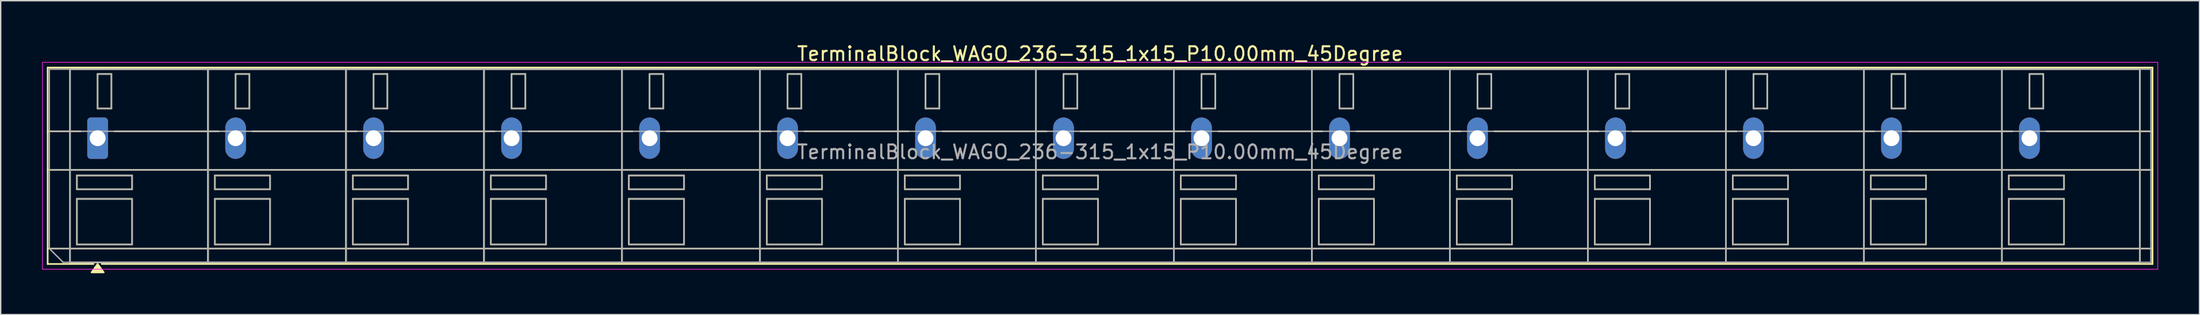
<source format=kicad_pcb>
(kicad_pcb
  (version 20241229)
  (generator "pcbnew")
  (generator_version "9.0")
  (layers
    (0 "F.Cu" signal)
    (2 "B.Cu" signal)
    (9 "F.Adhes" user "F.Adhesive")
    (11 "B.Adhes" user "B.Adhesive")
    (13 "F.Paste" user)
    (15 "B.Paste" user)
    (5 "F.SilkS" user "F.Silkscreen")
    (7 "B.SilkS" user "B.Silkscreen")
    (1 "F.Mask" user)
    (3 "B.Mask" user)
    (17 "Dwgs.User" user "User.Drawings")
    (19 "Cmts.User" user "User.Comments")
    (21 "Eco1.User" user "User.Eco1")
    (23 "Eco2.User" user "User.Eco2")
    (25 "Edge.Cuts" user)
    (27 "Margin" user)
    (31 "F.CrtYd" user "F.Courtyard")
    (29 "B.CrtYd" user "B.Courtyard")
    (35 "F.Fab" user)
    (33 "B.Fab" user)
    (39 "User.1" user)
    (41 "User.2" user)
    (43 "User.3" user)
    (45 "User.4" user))
  (footprint "TerminalBlock_WAGO_236-315_1x15_P10.00mm_45Degree"
    (layer "F.Cu")
    (at 4.025 6.968)
    (property "Reference" "TerminalBlock_WAGO_236-315_1x15_P10.00mm_45Degree" (at 72.65 -6.12 0) (layer "F.SilkS") (effects (font (size 1 1) (thickness 0.15))))
    (attr through_hole)
    (fp_line (start -3.62 -5.12) (end -3.62 9.12) (stroke (width 0.12) (type solid)) (layer "F.SilkS"))
    (fp_line (start -3.62 -5.12) (end 148.92 -5.12) (stroke (width 0.12) (type solid)) (layer "F.SilkS"))
    (fp_line (start -3.62 -0.5) (end -1.23 -0.5) (stroke (width 0.12) (type solid)) (layer "F.SilkS"))
    (fp_line (start -3.62 2.3) (end 148.92 2.3) (stroke (width 0.12) (type solid)) (layer "F.SilkS"))
    (fp_line (start -3.62 8) (end 148.92 8) (stroke (width 0.12) (type solid)) (layer "F.SilkS"))
    (fp_line (start -3.62 9.12) (end -0.3 9.12) (stroke (width 0.12) (type solid)) (layer "F.SilkS"))
    (fp_line (start -2 -5) (end -2 9) (stroke (width 0.12) (type solid)) (layer "F.SilkS"))
    (fp_line (start -2 -5) (end 8 -5) (stroke (width 0.12) (type solid)) (layer "F.SilkS"))
    (fp_line (start -2 9) (end 8 9) (stroke (width 0.12) (type solid)) (layer "F.SilkS"))
    (fp_line (start -1.5 2.7) (end -1.5 3.7) (stroke (width 0.12) (type solid)) (layer "F.SilkS"))
    (fp_line (start -1.5 2.7) (end 2.5 2.7) (stroke (width 0.12) (type solid)) (layer "F.SilkS"))
    (fp_line (start -1.5 3.7) (end 2.5 3.7) (stroke (width 0.12) (type solid)) (layer "F.SilkS"))
    (fp_line (start -1.5 4.4) (end -1.5 7.7) (stroke (width 0.12) (type solid)) (layer "F.SilkS"))
    (fp_line (start -1.5 4.4) (end 2.5 4.4) (stroke (width 0.12) (type solid)) (layer "F.SilkS"))
    (fp_line (start -1.5 7.7) (end 2.5 7.7) (stroke (width 0.12) (type solid)) (layer "F.SilkS"))
    (fp_line (start 0 -4.65) (end 0 -2.15) (stroke (width 0.12) (type solid)) (layer "F.SilkS"))
    (fp_line (start 0 -4.65) (end 1 -4.65) (stroke (width 0.12) (type solid)) (layer "F.SilkS"))
    (fp_line (start 0 -2.15) (end 1 -2.15) (stroke (width 0.12) (type solid)) (layer "F.SilkS"))
    (fp_line (start 0.3 9.12) (end 148.92 9.12) (stroke (width 0.12) (type solid)) (layer "F.SilkS"))
    (fp_line (start 1 -4.65) (end 1 -2.15) (stroke (width 0.12) (type solid)) (layer "F.SilkS"))
    (fp_line (start 1.23 -0.5) (end 8.77 -0.5) (stroke (width 0.12) (type solid)) (layer "F.SilkS"))
    (fp_line (start 2.5 2.7) (end 2.5 3.7) (stroke (width 0.12) (type solid)) (layer "F.SilkS"))
    (fp_line (start 2.5 4.4) (end 2.5 7.7) (stroke (width 0.12) (type solid)) (layer "F.SilkS"))
    (fp_line (start 8 -5) (end 8 9) (stroke (width 0.12) (type solid)) (layer "F.SilkS"))
    (fp_line (start 8 -5) (end 8 9) (stroke (width 0.12) (type solid)) (layer "F.SilkS"))
    (fp_line (start 8 -5) (end 18 -5) (stroke (width 0.12) (type solid)) (layer "F.SilkS"))
    (fp_line (start 8 9) (end 18 9) (stroke (width 0.12) (type solid)) (layer "F.SilkS"))
    (fp_line (start 8.5 2.7) (end 8.5 3.7) (stroke (width 0.12) (type solid)) (layer "F.SilkS"))
    (fp_line (start 8.5 2.7) (end 12.5 2.7) (stroke (width 0.12) (type solid)) (layer "F.SilkS"))
    (fp_line (start 8.5 3.7) (end 12.5 3.7) (stroke (width 0.12) (type solid)) (layer "F.SilkS"))
    (fp_line (start 8.5 4.4) (end 8.5 7.7) (stroke (width 0.12) (type solid)) (layer "F.SilkS"))
    (fp_line (start 8.5 4.4) (end 12.5 4.4) (stroke (width 0.12) (type solid)) (layer "F.SilkS"))
    (fp_line (start 8.5 7.7) (end 12.5 7.7) (stroke (width 0.12) (type solid)) (layer "F.SilkS"))
    (fp_line (start 10 -4.65) (end 10 -2.15) (stroke (width 0.12) (type solid)) (layer "F.SilkS"))
    (fp_line (start 10 -4.65) (end 11 -4.65) (stroke (width 0.12) (type solid)) (layer "F.SilkS"))
    (fp_line (start 10 -2.15) (end 11 -2.15) (stroke (width 0.12) (type solid)) (layer "F.SilkS"))
    (fp_line (start 11 -4.65) (end 11 -2.15) (stroke (width 0.12) (type solid)) (layer "F.SilkS"))
    (fp_line (start 11.23 -0.5) (end 18.77 -0.5) (stroke (width 0.12) (type solid)) (layer "F.SilkS"))
    (fp_line (start 12.5 2.7) (end 12.5 3.7) (stroke (width 0.12) (type solid)) (layer "F.SilkS"))
    (fp_line (start 12.5 4.4) (end 12.5 7.7) (stroke (width 0.12) (type solid)) (layer "F.SilkS"))
    (fp_line (start 18 -5) (end 18 9) (stroke (width 0.12) (type solid)) (layer "F.SilkS"))
    (fp_line (start 18 -5) (end 18 9) (stroke (width 0.12) (type solid)) (layer "F.SilkS"))
    (fp_line (start 18 -5) (end 28 -5) (stroke (width 0.12) (type solid)) (layer "F.SilkS"))
    (fp_line (start 18 9) (end 28 9) (stroke (width 0.12) (type solid)) (layer "F.SilkS"))
    (fp_line (start 18.5 2.7) (end 18.5 3.7) (stroke (width 0.12) (type solid)) (layer "F.SilkS"))
    (fp_line (start 18.5 2.7) (end 22.5 2.7) (stroke (width 0.12) (type solid)) (layer "F.SilkS"))
    (fp_line (start 18.5 3.7) (end 22.5 3.7) (stroke (width 0.12) (type solid)) (layer "F.SilkS"))
    (fp_line (start 18.5 4.4) (end 18.5 7.7) (stroke (width 0.12) (type solid)) (layer "F.SilkS"))
    (fp_line (start 18.5 4.4) (end 22.5 4.4) (stroke (width 0.12) (type solid)) (layer "F.SilkS"))
    (fp_line (start 18.5 7.7) (end 22.5 7.7) (stroke (width 0.12) (type solid)) (layer "F.SilkS"))
    (fp_line (start 20 -4.65) (end 20 -2.15) (stroke (width 0.12) (type solid)) (layer "F.SilkS"))
    (fp_line (start 20 -4.65) (end 21 -4.65) (stroke (width 0.12) (type solid)) (layer "F.SilkS"))
    (fp_line (start 20 -2.15) (end 21 -2.15) (stroke (width 0.12) (type solid)) (layer "F.SilkS"))
    (fp_line (start 21 -4.65) (end 21 -2.15) (stroke (width 0.12) (type solid)) (layer "F.SilkS"))
    (fp_line (start 21.23 -0.5) (end 28.77 -0.5) (stroke (width 0.12) (type solid)) (layer "F.SilkS"))
    (fp_line (start 22.5 2.7) (end 22.5 3.7) (stroke (width 0.12) (type solid)) (layer "F.SilkS"))
    (fp_line (start 22.5 4.4) (end 22.5 7.7) (stroke (width 0.12) (type solid)) (layer "F.SilkS"))
    (fp_line (start 28 -5) (end 28 9) (stroke (width 0.12) (type solid)) (layer "F.SilkS"))
    (fp_line (start 28 -5) (end 28 9) (stroke (width 0.12) (type solid)) (layer "F.SilkS"))
    (fp_line (start 28 -5) (end 38 -5) (stroke (width 0.12) (type solid)) (layer "F.SilkS"))
    (fp_line (start 28 9) (end 38 9) (stroke (width 0.12) (type solid)) (layer "F.SilkS"))
    (fp_line (start 28.5 2.7) (end 28.5 3.7) (stroke (width 0.12) (type solid)) (layer "F.SilkS"))
    (fp_line (start 28.5 2.7) (end 32.5 2.7) (stroke (width 0.12) (type solid)) (layer "F.SilkS"))
    (fp_line (start 28.5 3.7) (end 32.5 3.7) (stroke (width 0.12) (type solid)) (layer "F.SilkS"))
    (fp_line (start 28.5 4.4) (end 28.5 7.7) (stroke (width 0.12) (type solid)) (layer "F.SilkS"))
    (fp_line (start 28.5 4.4) (end 32.5 4.4) (stroke (width 0.12) (type solid)) (layer "F.SilkS"))
    (fp_line (start 28.5 7.7) (end 32.5 7.7) (stroke (width 0.12) (type solid)) (layer "F.SilkS"))
    (fp_line (start 30 -4.65) (end 30 -2.15) (stroke (width 0.12) (type solid)) (layer "F.SilkS"))
    (fp_line (start 30 -4.65) (end 31 -4.65) (stroke (width 0.12) (type solid)) (layer "F.SilkS"))
    (fp_line (start 30 -2.15) (end 31 -2.15) (stroke (width 0.12) (type solid)) (layer "F.SilkS"))
    (fp_line (start 31 -4.65) (end 31 -2.15) (stroke (width 0.12) (type solid)) (layer "F.SilkS"))
    (fp_line (start 31.23 -0.5) (end 38.77 -0.5) (stroke (width 0.12) (type solid)) (layer "F.SilkS"))
    (fp_line (start 32.5 2.7) (end 32.5 3.7) (stroke (width 0.12) (type solid)) (layer "F.SilkS"))
    (fp_line (start 32.5 4.4) (end 32.5 7.7) (stroke (width 0.12) (type solid)) (layer "F.SilkS"))
    (fp_line (start 38 -5) (end 38 9) (stroke (width 0.12) (type solid)) (layer "F.SilkS"))
    (fp_line (start 38 -5) (end 38 9) (stroke (width 0.12) (type solid)) (layer "F.SilkS"))
    (fp_line (start 38 -5) (end 48 -5) (stroke (width 0.12) (type solid)) (layer "F.SilkS"))
    (fp_line (start 38 9) (end 48 9) (stroke (width 0.12) (type solid)) (layer "F.SilkS"))
    (fp_line (start 38.5 2.7) (end 38.5 3.7) (stroke (width 0.12) (type solid)) (layer "F.SilkS"))
    (fp_line (start 38.5 2.7) (end 42.5 2.7) (stroke (width 0.12) (type solid)) (layer "F.SilkS"))
    (fp_line (start 38.5 3.7) (end 42.5 3.7) (stroke (width 0.12) (type solid)) (layer "F.SilkS"))
    (fp_line (start 38.5 4.4) (end 38.5 7.7) (stroke (width 0.12) (type solid)) (layer "F.SilkS"))
    (fp_line (start 38.5 4.4) (end 42.5 4.4) (stroke (width 0.12) (type solid)) (layer "F.SilkS"))
    (fp_line (start 38.5 7.7) (end 42.5 7.7) (stroke (width 0.12) (type solid)) (layer "F.SilkS"))
    (fp_line (start 40 -4.65) (end 40 -2.15) (stroke (width 0.12) (type solid)) (layer "F.SilkS"))
    (fp_line (start 40 -4.65) (end 41 -4.65) (stroke (width 0.12) (type solid)) (layer "F.SilkS"))
    (fp_line (start 40 -2.15) (end 41 -2.15) (stroke (width 0.12) (type solid)) (layer "F.SilkS"))
    (fp_line (start 41 -4.65) (end 41 -2.15) (stroke (width 0.12) (type solid)) (layer "F.SilkS"))
    (fp_line (start 41.23 -0.5) (end 48.77 -0.5) (stroke (width 0.12) (type solid)) (layer "F.SilkS"))
    (fp_line (start 42.5 2.7) (end 42.5 3.7) (stroke (width 0.12) (type solid)) (layer "F.SilkS"))
    (fp_line (start 42.5 4.4) (end 42.5 7.7) (stroke (width 0.12) (type solid)) (layer "F.SilkS"))
    (fp_line (start 48 -5) (end 48 9) (stroke (width 0.12) (type solid)) (layer "F.SilkS"))
    (fp_line (start 48 -5) (end 48 9) (stroke (width 0.12) (type solid)) (layer "F.SilkS"))
    (fp_line (start 48 -5) (end 58 -5) (stroke (width 0.12) (type solid)) (layer "F.SilkS"))
    (fp_line (start 48 9) (end 58 9) (stroke (width 0.12) (type solid)) (layer "F.SilkS"))
    (fp_line (start 48.5 2.7) (end 48.5 3.7) (stroke (width 0.12) (type solid)) (layer "F.SilkS"))
    (fp_line (start 48.5 2.7) (end 52.5 2.7) (stroke (width 0.12) (type solid)) (layer "F.SilkS"))
    (fp_line (start 48.5 3.7) (end 52.5 3.7) (stroke (width 0.12) (type solid)) (layer "F.SilkS"))
    (fp_line (start 48.5 4.4) (end 48.5 7.7) (stroke (width 0.12) (type solid)) (layer "F.SilkS"))
    (fp_line (start 48.5 4.4) (end 52.5 4.4) (stroke (width 0.12) (type solid)) (layer "F.SilkS"))
    (fp_line (start 48.5 7.7) (end 52.5 7.7) (stroke (width 0.12) (type solid)) (layer "F.SilkS"))
    (fp_line (start 50 -4.65) (end 50 -2.15) (stroke (width 0.12) (type solid)) (layer "F.SilkS"))
    (fp_line (start 50 -4.65) (end 51 -4.65) (stroke (width 0.12) (type solid)) (layer "F.SilkS"))
    (fp_line (start 50 -2.15) (end 51 -2.15) (stroke (width 0.12) (type solid)) (layer "F.SilkS"))
    (fp_line (start 51 -4.65) (end 51 -2.15) (stroke (width 0.12) (type solid)) (layer "F.SilkS"))
    (fp_line (start 51.23 -0.5) (end 58.77 -0.5) (stroke (width 0.12) (type solid)) (layer "F.SilkS"))
    (fp_line (start 52.5 2.7) (end 52.5 3.7) (stroke (width 0.12) (type solid)) (layer "F.SilkS"))
    (fp_line (start 52.5 4.4) (end 52.5 7.7) (stroke (width 0.12) (type solid)) (layer "F.SilkS"))
    (fp_line (start 58 -5) (end 58 9) (stroke (width 0.12) (type solid)) (layer "F.SilkS"))
    (fp_line (start 58 -5) (end 58 9) (stroke (width 0.12) (type solid)) (layer "F.SilkS"))
    (fp_line (start 58 -5) (end 68 -5) (stroke (width 0.12) (type solid)) (layer "F.SilkS"))
    (fp_line (start 58 9) (end 68 9) (stroke (width 0.12) (type solid)) (layer "F.SilkS"))
    (fp_line (start 58.5 2.7) (end 58.5 3.7) (stroke (width 0.12) (type solid)) (layer "F.SilkS"))
    (fp_line (start 58.5 2.7) (end 62.5 2.7) (stroke (width 0.12) (type solid)) (layer "F.SilkS"))
    (fp_line (start 58.5 3.7) (end 62.5 3.7) (stroke (width 0.12) (type solid)) (layer "F.SilkS"))
    (fp_line (start 58.5 4.4) (end 58.5 7.7) (stroke (width 0.12) (type solid)) (layer "F.SilkS"))
    (fp_line (start 58.5 4.4) (end 62.5 4.4) (stroke (width 0.12) (type solid)) (layer "F.SilkS"))
    (fp_line (start 58.5 7.7) (end 62.5 7.7) (stroke (width 0.12) (type solid)) (layer "F.SilkS"))
    (fp_line (start 60 -4.65) (end 60 -2.15) (stroke (width 0.12) (type solid)) (layer "F.SilkS"))
    (fp_line (start 60 -4.65) (end 61 -4.65) (stroke (width 0.12) (type solid)) (layer "F.SilkS"))
    (fp_line (start 60 -2.15) (end 61 -2.15) (stroke (width 0.12) (type solid)) (layer "F.SilkS"))
    (fp_line (start 61 -4.65) (end 61 -2.15) (stroke (width 0.12) (type solid)) (layer "F.SilkS"))
    (fp_line (start 61.23 -0.5) (end 68.77 -0.5) (stroke (width 0.12) (type solid)) (layer "F.SilkS"))
    (fp_line (start 62.5 2.7) (end 62.5 3.7) (stroke (width 0.12) (type solid)) (layer "F.SilkS"))
    (fp_line (start 62.5 4.4) (end 62.5 7.7) (stroke (width 0.12) (type solid)) (layer "F.SilkS"))
    (fp_line (start 68 -5) (end 68 9) (stroke (width 0.12) (type solid)) (layer "F.SilkS"))
    (fp_line (start 68 -5) (end 68 9) (stroke (width 0.12) (type solid)) (layer "F.SilkS"))
    (fp_line (start 68 -5) (end 78 -5) (stroke (width 0.12) (type solid)) (layer "F.SilkS"))
    (fp_line (start 68 9) (end 78 9) (stroke (width 0.12) (type solid)) (layer "F.SilkS"))
    (fp_line (start 68.5 2.7) (end 68.5 3.7) (stroke (width 0.12) (type solid)) (layer "F.SilkS"))
    (fp_line (start 68.5 2.7) (end 72.5 2.7) (stroke (width 0.12) (type solid)) (layer "F.SilkS"))
    (fp_line (start 68.5 3.7) (end 72.5 3.7) (stroke (width 0.12) (type solid)) (layer "F.SilkS"))
    (fp_line (start 68.5 4.4) (end 68.5 7.7) (stroke (width 0.12) (type solid)) (layer "F.SilkS"))
    (fp_line (start 68.5 4.4) (end 72.5 4.4) (stroke (width 0.12) (type solid)) (layer "F.SilkS"))
    (fp_line (start 68.5 7.7) (end 72.5 7.7) (stroke (width 0.12) (type solid)) (layer "F.SilkS"))
    (fp_line (start 70 -4.65) (end 70 -2.15) (stroke (width 0.12) (type solid)) (layer "F.SilkS"))
    (fp_line (start 70 -4.65) (end 71 -4.65) (stroke (width 0.12) (type solid)) (layer "F.SilkS"))
    (fp_line (start 70 -2.15) (end 71 -2.15) (stroke (width 0.12) (type solid)) (layer "F.SilkS"))
    (fp_line (start 71 -4.65) (end 71 -2.15) (stroke (width 0.12) (type solid)) (layer "F.SilkS"))
    (fp_line (start 71.23 -0.5) (end 78.77 -0.5) (stroke (width 0.12) (type solid)) (layer "F.SilkS"))
    (fp_line (start 72.5 2.7) (end 72.5 3.7) (stroke (width 0.12) (type solid)) (layer "F.SilkS"))
    (fp_line (start 72.5 4.4) (end 72.5 7.7) (stroke (width 0.12) (type solid)) (layer "F.SilkS"))
    (fp_line (start 78 -5) (end 78 9) (stroke (width 0.12) (type solid)) (layer "F.SilkS"))
    (fp_line (start 78 -5) (end 78 9) (stroke (width 0.12) (type solid)) (layer "F.SilkS"))
    (fp_line (start 78 -5) (end 88 -5) (stroke (width 0.12) (type solid)) (layer "F.SilkS"))
    (fp_line (start 78 9) (end 88 9) (stroke (width 0.12) (type solid)) (layer "F.SilkS"))
    (fp_line (start 78.5 2.7) (end 78.5 3.7) (stroke (width 0.12) (type solid)) (layer "F.SilkS"))
    (fp_line (start 78.5 2.7) (end 82.5 2.7) (stroke (width 0.12) (type solid)) (layer "F.SilkS"))
    (fp_line (start 78.5 3.7) (end 82.5 3.7) (stroke (width 0.12) (type solid)) (layer "F.SilkS"))
    (fp_line (start 78.5 4.4) (end 78.5 7.7) (stroke (width 0.12) (type solid)) (layer "F.SilkS"))
    (fp_line (start 78.5 4.4) (end 82.5 4.4) (stroke (width 0.12) (type solid)) (layer "F.SilkS"))
    (fp_line (start 78.5 7.7) (end 82.5 7.7) (stroke (width 0.12) (type solid)) (layer "F.SilkS"))
    (fp_line (start 80 -4.65) (end 80 -2.15) (stroke (width 0.12) (type solid)) (layer "F.SilkS"))
    (fp_line (start 80 -4.65) (end 81 -4.65) (stroke (width 0.12) (type solid)) (layer "F.SilkS"))
    (fp_line (start 80 -2.15) (end 81 -2.15) (stroke (width 0.12) (type solid)) (layer "F.SilkS"))
    (fp_line (start 81 -4.65) (end 81 -2.15) (stroke (width 0.12) (type solid)) (layer "F.SilkS"))
    (fp_line (start 81.23 -0.5) (end 88.77 -0.5) (stroke (width 0.12) (type solid)) (layer "F.SilkS"))
    (fp_line (start 82.5 2.7) (end 82.5 3.7) (stroke (width 0.12) (type solid)) (layer "F.SilkS"))
    (fp_line (start 82.5 4.4) (end 82.5 7.7) (stroke (width 0.12) (type solid)) (layer "F.SilkS"))
    (fp_line (start 88 -5) (end 88 9) (stroke (width 0.12) (type solid)) (layer "F.SilkS"))
    (fp_line (start 88 -5) (end 88 9) (stroke (width 0.12) (type solid)) (layer "F.SilkS"))
    (fp_line (start 88 -5) (end 98 -5) (stroke (width 0.12) (type solid)) (layer "F.SilkS"))
    (fp_line (start 88 9) (end 98 9) (stroke (width 0.12) (type solid)) (layer "F.SilkS"))
    (fp_line (start 88.5 2.7) (end 88.5 3.7) (stroke (width 0.12) (type solid)) (layer "F.SilkS"))
    (fp_line (start 88.5 2.7) (end 92.5 2.7) (stroke (width 0.12) (type solid)) (layer "F.SilkS"))
    (fp_line (start 88.5 3.7) (end 92.5 3.7) (stroke (width 0.12) (type solid)) (layer "F.SilkS"))
    (fp_line (start 88.5 4.4) (end 88.5 7.7) (stroke (width 0.12) (type solid)) (layer "F.SilkS"))
    (fp_line (start 88.5 4.4) (end 92.5 4.4) (stroke (width 0.12) (type solid)) (layer "F.SilkS"))
    (fp_line (start 88.5 7.7) (end 92.5 7.7) (stroke (width 0.12) (type solid)) (layer "F.SilkS"))
    (fp_line (start 90 -4.65) (end 90 -2.15) (stroke (width 0.12) (type solid)) (layer "F.SilkS"))
    (fp_line (start 90 -4.65) (end 91 -4.65) (stroke (width 0.12) (type solid)) (layer "F.SilkS"))
    (fp_line (start 90 -2.15) (end 91 -2.15) (stroke (width 0.12) (type solid)) (layer "F.SilkS"))
    (fp_line (start 91 -4.65) (end 91 -2.15) (stroke (width 0.12) (type solid)) (layer "F.SilkS"))
    (fp_line (start 91.23 -0.5) (end 98.77 -0.5) (stroke (width 0.12) (type solid)) (layer "F.SilkS"))
    (fp_line (start 92.5 2.7) (end 92.5 3.7) (stroke (width 0.12) (type solid)) (layer "F.SilkS"))
    (fp_line (start 92.5 4.4) (end 92.5 7.7) (stroke (width 0.12) (type solid)) (layer "F.SilkS"))
    (fp_line (start 98 -5) (end 98 9) (stroke (width 0.12) (type solid)) (layer "F.SilkS"))
    (fp_line (start 98 -5) (end 98 9) (stroke (width 0.12) (type solid)) (layer "F.SilkS"))
    (fp_line (start 98 -5) (end 108 -5) (stroke (width 0.12) (type solid)) (layer "F.SilkS"))
    (fp_line (start 98 9) (end 108 9) (stroke (width 0.12) (type solid)) (layer "F.SilkS"))
    (fp_line (start 98.5 2.7) (end 98.5 3.7) (stroke (width 0.12) (type solid)) (layer "F.SilkS"))
    (fp_line (start 98.5 2.7) (end 102.5 2.7) (stroke (width 0.12) (type solid)) (layer "F.SilkS"))
    (fp_line (start 98.5 3.7) (end 102.5 3.7) (stroke (width 0.12) (type solid)) (layer "F.SilkS"))
    (fp_line (start 98.5 4.4) (end 98.5 7.7) (stroke (width 0.12) (type solid)) (layer "F.SilkS"))
    (fp_line (start 98.5 4.4) (end 102.5 4.4) (stroke (width 0.12) (type solid)) (layer "F.SilkS"))
    (fp_line (start 98.5 7.7) (end 102.5 7.7) (stroke (width 0.12) (type solid)) (layer "F.SilkS"))
    (fp_line (start 100 -4.65) (end 100 -2.15) (stroke (width 0.12) (type solid)) (layer "F.SilkS"))
    (fp_line (start 100 -4.65) (end 101 -4.65) (stroke (width 0.12) (type solid)) (layer "F.SilkS"))
    (fp_line (start 100 -2.15) (end 101 -2.15) (stroke (width 0.12) (type solid)) (layer "F.SilkS"))
    (fp_line (start 101 -4.65) (end 101 -2.15) (stroke (width 0.12) (type solid)) (layer "F.SilkS"))
    (fp_line (start 101.23 -0.5) (end 108.77 -0.5) (stroke (width 0.12) (type solid)) (layer "F.SilkS"))
    (fp_line (start 102.5 2.7) (end 102.5 3.7) (stroke (width 0.12) (type solid)) (layer "F.SilkS"))
    (fp_line (start 102.5 4.4) (end 102.5 7.7) (stroke (width 0.12) (type solid)) (layer "F.SilkS"))
    (fp_line (start 108 -5) (end 108 9) (stroke (width 0.12) (type solid)) (layer "F.SilkS"))
    (fp_line (start 108 -5) (end 108 9) (stroke (width 0.12) (type solid)) (layer "F.SilkS"))
    (fp_line (start 108 -5) (end 118 -5) (stroke (width 0.12) (type solid)) (layer "F.SilkS"))
    (fp_line (start 108 9) (end 118 9) (stroke (width 0.12) (type solid)) (layer "F.SilkS"))
    (fp_line (start 108.5 2.7) (end 108.5 3.7) (stroke (width 0.12) (type solid)) (layer "F.SilkS"))
    (fp_line (start 108.5 2.7) (end 112.5 2.7) (stroke (width 0.12) (type solid)) (layer "F.SilkS"))
    (fp_line (start 108.5 3.7) (end 112.5 3.7) (stroke (width 0.12) (type solid)) (layer "F.SilkS"))
    (fp_line (start 108.5 4.4) (end 108.5 7.7) (stroke (width 0.12) (type solid)) (layer "F.SilkS"))
    (fp_line (start 108.5 4.4) (end 112.5 4.4) (stroke (width 0.12) (type solid)) (layer "F.SilkS"))
    (fp_line (start 108.5 7.7) (end 112.5 7.7) (stroke (width 0.12) (type solid)) (layer "F.SilkS"))
    (fp_line (start 110 -4.65) (end 110 -2.15) (stroke (width 0.12) (type solid)) (layer "F.SilkS"))
    (fp_line (start 110 -4.65) (end 111 -4.65) (stroke (width 0.12) (type solid)) (layer "F.SilkS"))
    (fp_line (start 110 -2.15) (end 111 -2.15) (stroke (width 0.12) (type solid)) (layer "F.SilkS"))
    (fp_line (start 111 -4.65) (end 111 -2.15) (stroke (width 0.12) (type solid)) (layer "F.SilkS"))
    (fp_line (start 111.23 -0.5) (end 118.77 -0.5) (stroke (width 0.12) (type solid)) (layer "F.SilkS"))
    (fp_line (start 112.5 2.7) (end 112.5 3.7) (stroke (width 0.12) (type solid)) (layer "F.SilkS"))
    (fp_line (start 112.5 4.4) (end 112.5 7.7) (stroke (width 0.12) (type solid)) (layer "F.SilkS"))
    (fp_line (start 118 -5) (end 118 9) (stroke (width 0.12) (type solid)) (layer "F.SilkS"))
    (fp_line (start 118 -5) (end 118 9) (stroke (width 0.12) (type solid)) (layer "F.SilkS"))
    (fp_line (start 118 -5) (end 128 -5) (stroke (width 0.12) (type solid)) (layer "F.SilkS"))
    (fp_line (start 118 9) (end 128 9) (stroke (width 0.12) (type solid)) (layer "F.SilkS"))
    (fp_line (start 118.5 2.7) (end 118.5 3.7) (stroke (width 0.12) (type solid)) (layer "F.SilkS"))
    (fp_line (start 118.5 2.7) (end 122.5 2.7) (stroke (width 0.12) (type solid)) (layer "F.SilkS"))
    (fp_line (start 118.5 3.7) (end 122.5 3.7) (stroke (width 0.12) (type solid)) (layer "F.SilkS"))
    (fp_line (start 118.5 4.4) (end 118.5 7.7) (stroke (width 0.12) (type solid)) (layer "F.SilkS"))
    (fp_line (start 118.5 4.4) (end 122.5 4.4) (stroke (width 0.12) (type solid)) (layer "F.SilkS"))
    (fp_line (start 118.5 7.7) (end 122.5 7.7) (stroke (width 0.12) (type solid)) (layer "F.SilkS"))
    (fp_line (start 120 -4.65) (end 120 -2.15) (stroke (width 0.12) (type solid)) (layer "F.SilkS"))
    (fp_line (start 120 -4.65) (end 121 -4.65) (stroke (width 0.12) (type solid)) (layer "F.SilkS"))
    (fp_line (start 120 -2.15) (end 121 -2.15) (stroke (width 0.12) (type solid)) (layer "F.SilkS"))
    (fp_line (start 121 -4.65) (end 121 -2.15) (stroke (width 0.12) (type solid)) (layer "F.SilkS"))
    (fp_line (start 121.23 -0.5) (end 128.77 -0.5) (stroke (width 0.12) (type solid)) (layer "F.SilkS"))
    (fp_line (start 122.5 2.7) (end 122.5 3.7) (stroke (width 0.12) (type solid)) (layer "F.SilkS"))
    (fp_line (start 122.5 4.4) (end 122.5 7.7) (stroke (width 0.12) (type solid)) (layer "F.SilkS"))
    (fp_line (start 128 -5) (end 128 9) (stroke (width 0.12) (type solid)) (layer "F.SilkS"))
    (fp_line (start 128 -5) (end 128 9) (stroke (width 0.12) (type solid)) (layer "F.SilkS"))
    (fp_line (start 128 -5) (end 138 -5) (stroke (width 0.12) (type solid)) (layer "F.SilkS"))
    (fp_line (start 128 9) (end 138 9) (stroke (width 0.12) (type solid)) (layer "F.SilkS"))
    (fp_line (start 128.5 2.7) (end 128.5 3.7) (stroke (width 0.12) (type solid)) (layer "F.SilkS"))
    (fp_line (start 128.5 2.7) (end 132.5 2.7) (stroke (width 0.12) (type solid)) (layer "F.SilkS"))
    (fp_line (start 128.5 3.7) (end 132.5 3.7) (stroke (width 0.12) (type solid)) (layer "F.SilkS"))
    (fp_line (start 128.5 4.4) (end 128.5 7.7) (stroke (width 0.12) (type solid)) (layer "F.SilkS"))
    (fp_line (start 128.5 4.4) (end 132.5 4.4) (stroke (width 0.12) (type solid)) (layer "F.SilkS"))
    (fp_line (start 128.5 7.7) (end 132.5 7.7) (stroke (width 0.12) (type solid)) (layer "F.SilkS"))
    (fp_line (start 130 -4.65) (end 130 -2.15) (stroke (width 0.12) (type solid)) (layer "F.SilkS"))
    (fp_line (start 130 -4.65) (end 131 -4.65) (stroke (width 0.12) (type solid)) (layer "F.SilkS"))
    (fp_line (start 130 -2.15) (end 131 -2.15) (stroke (width 0.12) (type solid)) (layer "F.SilkS"))
    (fp_line (start 131 -4.65) (end 131 -2.15) (stroke (width 0.12) (type solid)) (layer "F.SilkS"))
    (fp_line (start 131.23 -0.5) (end 138.77 -0.5) (stroke (width 0.12) (type solid)) (layer "F.SilkS"))
    (fp_line (start 132.5 2.7) (end 132.5 3.7) (stroke (width 0.12) (type solid)) (layer "F.SilkS"))
    (fp_line (start 132.5 4.4) (end 132.5 7.7) (stroke (width 0.12) (type solid)) (layer "F.SilkS"))
    (fp_line (start 138 -5) (end 138 9) (stroke (width 0.12) (type solid)) (layer "F.SilkS"))
    (fp_line (start 138 -5) (end 138 9) (stroke (width 0.12) (type solid)) (layer "F.SilkS"))
    (fp_line (start 138 -5) (end 148 -5) (stroke (width 0.12) (type solid)) (layer "F.SilkS"))
    (fp_line (start 138 9) (end 148 9) (stroke (width 0.12) (type solid)) (layer "F.SilkS"))
    (fp_line (start 138.5 2.7) (end 138.5 3.7) (stroke (width 0.12) (type solid)) (layer "F.SilkS"))
    (fp_line (start 138.5 2.7) (end 142.5 2.7) (stroke (width 0.12) (type solid)) (layer "F.SilkS"))
    (fp_line (start 138.5 3.7) (end 142.5 3.7) (stroke (width 0.12) (type solid)) (layer "F.SilkS"))
    (fp_line (start 138.5 4.4) (end 138.5 7.7) (stroke (width 0.12) (type solid)) (layer "F.SilkS"))
    (fp_line (start 138.5 4.4) (end 142.5 4.4) (stroke (width 0.12) (type solid)) (layer "F.SilkS"))
    (fp_line (start 138.5 7.7) (end 142.5 7.7) (stroke (width 0.12) (type solid)) (layer "F.SilkS"))
    (fp_line (start 140 -4.65) (end 140 -2.15) (stroke (width 0.12) (type solid)) (layer "F.SilkS"))
    (fp_line (start 140 -4.65) (end 141 -4.65) (stroke (width 0.12) (type solid)) (layer "F.SilkS"))
    (fp_line (start 140 -2.15) (end 141 -2.15) (stroke (width 0.12) (type solid)) (layer "F.SilkS"))
    (fp_line (start 141 -4.65) (end 141 -2.15) (stroke (width 0.12) (type solid)) (layer "F.SilkS"))
    (fp_line (start 141.23 -0.5) (end 148.92 -0.5) (stroke (width 0.12) (type solid)) (layer "F.SilkS"))
    (fp_line (start 142.5 2.7) (end 142.5 3.7) (stroke (width 0.12) (type solid)) (layer "F.SilkS"))
    (fp_line (start 142.5 4.4) (end 142.5 7.7) (stroke (width 0.12) (type solid)) (layer "F.SilkS"))
    (fp_line (start 148 -5) (end 148 9) (stroke (width 0.12) (type solid)) (layer "F.SilkS"))
    (fp_line (start 148.92 -5.12) (end 148.92 9.12) (stroke (width 0.12) (type solid)) (layer "F.SilkS"))
    (fp_poly (pts (xy 0 9.12) (xy 0.44 9.73) (xy -0.44 9.73)) (stroke (width 0.12) (type solid)) (fill yes) (layer "F.SilkS"))
    (fp_line (start -4 -5.5) (end -4 9.5) (stroke (width 0.05) (type solid)) (layer "F.CrtYd"))
    (fp_line (start -4 9.5) (end 149.3 9.5) (stroke (width 0.05) (type solid)) (layer "F.CrtYd"))
    (fp_line (start 149.3 -5.5) (end -4 -5.5) (stroke (width 0.05) (type solid)) (layer "F.CrtYd"))
    (fp_line (start 149.3 9.5) (end 149.3 -5.5) (stroke (width 0.05) (type solid)) (layer "F.CrtYd"))
    (fp_line (start -3.5 -5) (end 148.8 -5) (stroke (width 0.1) (type solid)) (layer "F.Fab"))
    (fp_line (start -3.5 -0.5) (end 148.8 -0.5) (stroke (width 0.1) (type solid)) (layer "F.Fab"))
    (fp_line (start -3.5 2.3) (end 148.8 2.3) (stroke (width 0.1) (type solid)) (layer "F.Fab"))
    (fp_line (start -3.5 8) (end -3.5 -5) (stroke (width 0.1) (type solid)) (layer "F.Fab"))
    (fp_line (start -3.5 8) (end 148.8 8) (stroke (width 0.1) (type solid)) (layer "F.Fab"))
    (fp_line (start -2.5 9) (end -3.5 8) (stroke (width 0.1) (type solid)) (layer "F.Fab"))
    (fp_line (start -2 -5) (end -2 9) (stroke (width 0.1) (type solid)) (layer "F.Fab"))
    (fp_line (start -2 9) (end 8 9) (stroke (width 0.1) (type solid)) (layer "F.Fab"))
    (fp_line (start -1.5 2.7) (end -1.5 3.7) (stroke (width 0.1) (type solid)) (layer "F.Fab"))
    (fp_line (start -1.5 3.7) (end 2.5 3.7) (stroke (width 0.1) (type solid)) (layer "F.Fab"))
    (fp_line (start -1.5 4.4) (end -1.5 7.7) (stroke (width 0.1) (type solid)) (layer "F.Fab"))
    (fp_line (start -1.5 7.7) (end 2.5 7.7) (stroke (width 0.1) (type solid)) (layer "F.Fab"))
    (fp_line (start 0 -4.65) (end 0 -2.15) (stroke (width 0.1) (type solid)) (layer "F.Fab"))
    (fp_line (start 0 -2.15) (end 1 -2.15) (stroke (width 0.1) (type solid)) (layer "F.Fab"))
    (fp_line (start 1 -4.65) (end 0 -4.65) (stroke (width 0.1) (type solid)) (layer "F.Fab"))
    (fp_line (start 1 -2.15) (end 1 -4.65) (stroke (width 0.1) (type solid)) (layer "F.Fab"))
    (fp_line (start 2.5 2.7) (end -1.5 2.7) (stroke (width 0.1) (type solid)) (layer "F.Fab"))
    (fp_line (start 2.5 3.7) (end 2.5 2.7) (stroke (width 0.1) (type solid)) (layer "F.Fab"))
    (fp_line (start 2.5 4.4) (end -1.5 4.4) (stroke (width 0.1) (type solid)) (layer "F.Fab"))
    (fp_line (start 2.5 7.7) (end 2.5 4.4) (stroke (width 0.1) (type solid)) (layer "F.Fab"))
    (fp_line (start 8 -5) (end -2 -5) (stroke (width 0.1) (type solid)) (layer "F.Fab"))
    (fp_line (start 8 -5) (end 8 9) (stroke (width 0.1) (type solid)) (layer "F.Fab"))
    (fp_line (start 8 9) (end 8 -5) (stroke (width 0.1) (type solid)) (layer "F.Fab"))
    (fp_line (start 8 9) (end 18 9) (stroke (width 0.1) (type solid)) (layer "F.Fab"))
    (fp_line (start 8.5 2.7) (end 8.5 3.7) (stroke (width 0.1) (type solid)) (layer "F.Fab"))
    (fp_line (start 8.5 3.7) (end 12.5 3.7) (stroke (width 0.1) (type solid)) (layer "F.Fab"))
    (fp_line (start 8.5 4.4) (end 8.5 7.7) (stroke (width 0.1) (type solid)) (layer "F.Fab"))
    (fp_line (start 8.5 7.7) (end 12.5 7.7) (stroke (width 0.1) (type solid)) (layer "F.Fab"))
    (fp_line (start 10 -4.65) (end 10 -2.15) (stroke (width 0.1) (type solid)) (layer "F.Fab"))
    (fp_line (start 10 -2.15) (end 11 -2.15) (stroke (width 0.1) (type solid)) (layer "F.Fab"))
    (fp_line (start 11 -4.65) (end 10 -4.65) (stroke (width 0.1) (type solid)) (layer "F.Fab"))
    (fp_line (start 11 -2.15) (end 11 -4.65) (stroke (width 0.1) (type solid)) (layer "F.Fab"))
    (fp_line (start 12.5 2.7) (end 8.5 2.7) (stroke (width 0.1) (type solid)) (layer "F.Fab"))
    (fp_line (start 12.5 3.7) (end 12.5 2.7) (stroke (width 0.1) (type solid)) (layer "F.Fab"))
    (fp_line (start 12.5 4.4) (end 8.5 4.4) (stroke (width 0.1) (type solid)) (layer "F.Fab"))
    (fp_line (start 12.5 7.7) (end 12.5 4.4) (stroke (width 0.1) (type solid)) (layer "F.Fab"))
    (fp_line (start 18 -5) (end 8 -5) (stroke (width 0.1) (type solid)) (layer "F.Fab"))
    (fp_line (start 18 -5) (end 18 9) (stroke (width 0.1) (type solid)) (layer "F.Fab"))
    (fp_line (start 18 9) (end 18 -5) (stroke (width 0.1) (type solid)) (layer "F.Fab"))
    (fp_line (start 18 9) (end 28 9) (stroke (width 0.1) (type solid)) (layer "F.Fab"))
    (fp_line (start 18.5 2.7) (end 18.5 3.7) (stroke (width 0.1) (type solid)) (layer "F.Fab"))
    (fp_line (start 18.5 3.7) (end 22.5 3.7) (stroke (width 0.1) (type solid)) (layer "F.Fab"))
    (fp_line (start 18.5 4.4) (end 18.5 7.7) (stroke (width 0.1) (type solid)) (layer "F.Fab"))
    (fp_line (start 18.5 7.7) (end 22.5 7.7) (stroke (width 0.1) (type solid)) (layer "F.Fab"))
    (fp_line (start 20 -4.65) (end 20 -2.15) (stroke (width 0.1) (type solid)) (layer "F.Fab"))
    (fp_line (start 20 -2.15) (end 21 -2.15) (stroke (width 0.1) (type solid)) (layer "F.Fab"))
    (fp_line (start 21 -4.65) (end 20 -4.65) (stroke (width 0.1) (type solid)) (layer "F.Fab"))
    (fp_line (start 21 -2.15) (end 21 -4.65) (stroke (width 0.1) (type solid)) (layer "F.Fab"))
    (fp_line (start 22.5 2.7) (end 18.5 2.7) (stroke (width 0.1) (type solid)) (layer "F.Fab"))
    (fp_line (start 22.5 3.7) (end 22.5 2.7) (stroke (width 0.1) (type solid)) (layer "F.Fab"))
    (fp_line (start 22.5 4.4) (end 18.5 4.4) (stroke (width 0.1) (type solid)) (layer "F.Fab"))
    (fp_line (start 22.5 7.7) (end 22.5 4.4) (stroke (width 0.1) (type solid)) (layer "F.Fab"))
    (fp_line (start 28 -5) (end 18 -5) (stroke (width 0.1) (type solid)) (layer "F.Fab"))
    (fp_line (start 28 -5) (end 28 9) (stroke (width 0.1) (type solid)) (layer "F.Fab"))
    (fp_line (start 28 9) (end 28 -5) (stroke (width 0.1) (type solid)) (layer "F.Fab"))
    (fp_line (start 28 9) (end 38 9) (stroke (width 0.1) (type solid)) (layer "F.Fab"))
    (fp_line (start 28.5 2.7) (end 28.5 3.7) (stroke (width 0.1) (type solid)) (layer "F.Fab"))
    (fp_line (start 28.5 3.7) (end 32.5 3.7) (stroke (width 0.1) (type solid)) (layer "F.Fab"))
    (fp_line (start 28.5 4.4) (end 28.5 7.7) (stroke (width 0.1) (type solid)) (layer "F.Fab"))
    (fp_line (start 28.5 7.7) (end 32.5 7.7) (stroke (width 0.1) (type solid)) (layer "F.Fab"))
    (fp_line (start 30 -4.65) (end 30 -2.15) (stroke (width 0.1) (type solid)) (layer "F.Fab"))
    (fp_line (start 30 -2.15) (end 31 -2.15) (stroke (width 0.1) (type solid)) (layer "F.Fab"))
    (fp_line (start 31 -4.65) (end 30 -4.65) (stroke (width 0.1) (type solid)) (layer "F.Fab"))
    (fp_line (start 31 -2.15) (end 31 -4.65) (stroke (width 0.1) (type solid)) (layer "F.Fab"))
    (fp_line (start 32.5 2.7) (end 28.5 2.7) (stroke (width 0.1) (type solid)) (layer "F.Fab"))
    (fp_line (start 32.5 3.7) (end 32.5 2.7) (stroke (width 0.1) (type solid)) (layer "F.Fab"))
    (fp_line (start 32.5 4.4) (end 28.5 4.4) (stroke (width 0.1) (type solid)) (layer "F.Fab"))
    (fp_line (start 32.5 7.7) (end 32.5 4.4) (stroke (width 0.1) (type solid)) (layer "F.Fab"))
    (fp_line (start 38 -5) (end 28 -5) (stroke (width 0.1) (type solid)) (layer "F.Fab"))
    (fp_line (start 38 -5) (end 38 9) (stroke (width 0.1) (type solid)) (layer "F.Fab"))
    (fp_line (start 38 9) (end 38 -5) (stroke (width 0.1) (type solid)) (layer "F.Fab"))
    (fp_line (start 38 9) (end 48 9) (stroke (width 0.1) (type solid)) (layer "F.Fab"))
    (fp_line (start 38.5 2.7) (end 38.5 3.7) (stroke (width 0.1) (type solid)) (layer "F.Fab"))
    (fp_line (start 38.5 3.7) (end 42.5 3.7) (stroke (width 0.1) (type solid)) (layer "F.Fab"))
    (fp_line (start 38.5 4.4) (end 38.5 7.7) (stroke (width 0.1) (type solid)) (layer "F.Fab"))
    (fp_line (start 38.5 7.7) (end 42.5 7.7) (stroke (width 0.1) (type solid)) (layer "F.Fab"))
    (fp_line (start 40 -4.65) (end 40 -2.15) (stroke (width 0.1) (type solid)) (layer "F.Fab"))
    (fp_line (start 40 -2.15) (end 41 -2.15) (stroke (width 0.1) (type solid)) (layer "F.Fab"))
    (fp_line (start 41 -4.65) (end 40 -4.65) (stroke (width 0.1) (type solid)) (layer "F.Fab"))
    (fp_line (start 41 -2.15) (end 41 -4.65) (stroke (width 0.1) (type solid)) (layer "F.Fab"))
    (fp_line (start 42.5 2.7) (end 38.5 2.7) (stroke (width 0.1) (type solid)) (layer "F.Fab"))
    (fp_line (start 42.5 3.7) (end 42.5 2.7) (stroke (width 0.1) (type solid)) (layer "F.Fab"))
    (fp_line (start 42.5 4.4) (end 38.5 4.4) (stroke (width 0.1) (type solid)) (layer "F.Fab"))
    (fp_line (start 42.5 7.7) (end 42.5 4.4) (stroke (width 0.1) (type solid)) (layer "F.Fab"))
    (fp_line (start 48 -5) (end 38 -5) (stroke (width 0.1) (type solid)) (layer "F.Fab"))
    (fp_line (start 48 -5) (end 48 9) (stroke (width 0.1) (type solid)) (layer "F.Fab"))
    (fp_line (start 48 9) (end 48 -5) (stroke (width 0.1) (type solid)) (layer "F.Fab"))
    (fp_line (start 48 9) (end 58 9) (stroke (width 0.1) (type solid)) (layer "F.Fab"))
    (fp_line (start 48.5 2.7) (end 48.5 3.7) (stroke (width 0.1) (type solid)) (layer "F.Fab"))
    (fp_line (start 48.5 3.7) (end 52.5 3.7) (stroke (width 0.1) (type solid)) (layer "F.Fab"))
    (fp_line (start 48.5 4.4) (end 48.5 7.7) (stroke (width 0.1) (type solid)) (layer "F.Fab"))
    (fp_line (start 48.5 7.7) (end 52.5 7.7) (stroke (width 0.1) (type solid)) (layer "F.Fab"))
    (fp_line (start 50 -4.65) (end 50 -2.15) (stroke (width 0.1) (type solid)) (layer "F.Fab"))
    (fp_line (start 50 -2.15) (end 51 -2.15) (stroke (width 0.1) (type solid)) (layer "F.Fab"))
    (fp_line (start 51 -4.65) (end 50 -4.65) (stroke (width 0.1) (type solid)) (layer "F.Fab"))
    (fp_line (start 51 -2.15) (end 51 -4.65) (stroke (width 0.1) (type solid)) (layer "F.Fab"))
    (fp_line (start 52.5 2.7) (end 48.5 2.7) (stroke (width 0.1) (type solid)) (layer "F.Fab"))
    (fp_line (start 52.5 3.7) (end 52.5 2.7) (stroke (width 0.1) (type solid)) (layer "F.Fab"))
    (fp_line (start 52.5 4.4) (end 48.5 4.4) (stroke (width 0.1) (type solid)) (layer "F.Fab"))
    (fp_line (start 52.5 7.7) (end 52.5 4.4) (stroke (width 0.1) (type solid)) (layer "F.Fab"))
    (fp_line (start 58 -5) (end 48 -5) (stroke (width 0.1) (type solid)) (layer "F.Fab"))
    (fp_line (start 58 -5) (end 58 9) (stroke (width 0.1) (type solid)) (layer "F.Fab"))
    (fp_line (start 58 9) (end 58 -5) (stroke (width 0.1) (type solid)) (layer "F.Fab"))
    (fp_line (start 58 9) (end 68 9) (stroke (width 0.1) (type solid)) (layer "F.Fab"))
    (fp_line (start 58.5 2.7) (end 58.5 3.7) (stroke (width 0.1) (type solid)) (layer "F.Fab"))
    (fp_line (start 58.5 3.7) (end 62.5 3.7) (stroke (width 0.1) (type solid)) (layer "F.Fab"))
    (fp_line (start 58.5 4.4) (end 58.5 7.7) (stroke (width 0.1) (type solid)) (layer "F.Fab"))
    (fp_line (start 58.5 7.7) (end 62.5 7.7) (stroke (width 0.1) (type solid)) (layer "F.Fab"))
    (fp_line (start 60 -4.65) (end 60 -2.15) (stroke (width 0.1) (type solid)) (layer "F.Fab"))
    (fp_line (start 60 -2.15) (end 61 -2.15) (stroke (width 0.1) (type solid)) (layer "F.Fab"))
    (fp_line (start 61 -4.65) (end 60 -4.65) (stroke (width 0.1) (type solid)) (layer "F.Fab"))
    (fp_line (start 61 -2.15) (end 61 -4.65) (stroke (width 0.1) (type solid)) (layer "F.Fab"))
    (fp_line (start 62.5 2.7) (end 58.5 2.7) (stroke (width 0.1) (type solid)) (layer "F.Fab"))
    (fp_line (start 62.5 3.7) (end 62.5 2.7) (stroke (width 0.1) (type solid)) (layer "F.Fab"))
    (fp_line (start 62.5 4.4) (end 58.5 4.4) (stroke (width 0.1) (type solid)) (layer "F.Fab"))
    (fp_line (start 62.5 7.7) (end 62.5 4.4) (stroke (width 0.1) (type solid)) (layer "F.Fab"))
    (fp_line (start 68 -5) (end 58 -5) (stroke (width 0.1) (type solid)) (layer "F.Fab"))
    (fp_line (start 68 -5) (end 68 9) (stroke (width 0.1) (type solid)) (layer "F.Fab"))
    (fp_line (start 68 9) (end 68 -5) (stroke (width 0.1) (type solid)) (layer "F.Fab"))
    (fp_line (start 68 9) (end 78 9) (stroke (width 0.1) (type solid)) (layer "F.Fab"))
    (fp_line (start 68.5 2.7) (end 68.5 3.7) (stroke (width 0.1) (type solid)) (layer "F.Fab"))
    (fp_line (start 68.5 3.7) (end 72.5 3.7) (stroke (width 0.1) (type solid)) (layer "F.Fab"))
    (fp_line (start 68.5 4.4) (end 68.5 7.7) (stroke (width 0.1) (type solid)) (layer "F.Fab"))
    (fp_line (start 68.5 7.7) (end 72.5 7.7) (stroke (width 0.1) (type solid)) (layer "F.Fab"))
    (fp_line (start 70 -4.65) (end 70 -2.15) (stroke (width 0.1) (type solid)) (layer "F.Fab"))
    (fp_line (start 70 -2.15) (end 71 -2.15) (stroke (width 0.1) (type solid)) (layer "F.Fab"))
    (fp_line (start 71 -4.65) (end 70 -4.65) (stroke (width 0.1) (type solid)) (layer "F.Fab"))
    (fp_line (start 71 -2.15) (end 71 -4.65) (stroke (width 0.1) (type solid)) (layer "F.Fab"))
    (fp_line (start 72.5 2.7) (end 68.5 2.7) (stroke (width 0.1) (type solid)) (layer "F.Fab"))
    (fp_line (start 72.5 3.7) (end 72.5 2.7) (stroke (width 0.1) (type solid)) (layer "F.Fab"))
    (fp_line (start 72.5 4.4) (end 68.5 4.4) (stroke (width 0.1) (type solid)) (layer "F.Fab"))
    (fp_line (start 72.5 7.7) (end 72.5 4.4) (stroke (width 0.1) (type solid)) (layer "F.Fab"))
    (fp_line (start 78 -5) (end 68 -5) (stroke (width 0.1) (type solid)) (layer "F.Fab"))
    (fp_line (start 78 -5) (end 78 9) (stroke (width 0.1) (type solid)) (layer "F.Fab"))
    (fp_line (start 78 9) (end 78 -5) (stroke (width 0.1) (type solid)) (layer "F.Fab"))
    (fp_line (start 78 9) (end 88 9) (stroke (width 0.1) (type solid)) (layer "F.Fab"))
    (fp_line (start 78.5 2.7) (end 78.5 3.7) (stroke (width 0.1) (type solid)) (layer "F.Fab"))
    (fp_line (start 78.5 3.7) (end 82.5 3.7) (stroke (width 0.1) (type solid)) (layer "F.Fab"))
    (fp_line (start 78.5 4.4) (end 78.5 7.7) (stroke (width 0.1) (type solid)) (layer "F.Fab"))
    (fp_line (start 78.5 7.7) (end 82.5 7.7) (stroke (width 0.1) (type solid)) (layer "F.Fab"))
    (fp_line (start 80 -4.65) (end 80 -2.15) (stroke (width 0.1) (type solid)) (layer "F.Fab"))
    (fp_line (start 80 -2.15) (end 81 -2.15) (stroke (width 0.1) (type solid)) (layer "F.Fab"))
    (fp_line (start 81 -4.65) (end 80 -4.65) (stroke (width 0.1) (type solid)) (layer "F.Fab"))
    (fp_line (start 81 -2.15) (end 81 -4.65) (stroke (width 0.1) (type solid)) (layer "F.Fab"))
    (fp_line (start 82.5 2.7) (end 78.5 2.7) (stroke (width 0.1) (type solid)) (layer "F.Fab"))
    (fp_line (start 82.5 3.7) (end 82.5 2.7) (stroke (width 0.1) (type solid)) (layer "F.Fab"))
    (fp_line (start 82.5 4.4) (end 78.5 4.4) (stroke (width 0.1) (type solid)) (layer "F.Fab"))
    (fp_line (start 82.5 7.7) (end 82.5 4.4) (stroke (width 0.1) (type solid)) (layer "F.Fab"))
    (fp_line (start 88 -5) (end 78 -5) (stroke (width 0.1) (type solid)) (layer "F.Fab"))
    (fp_line (start 88 -5) (end 88 9) (stroke (width 0.1) (type solid)) (layer "F.Fab"))
    (fp_line (start 88 9) (end 88 -5) (stroke (width 0.1) (type solid)) (layer "F.Fab"))
    (fp_line (start 88 9) (end 98 9) (stroke (width 0.1) (type solid)) (layer "F.Fab"))
    (fp_line (start 88.5 2.7) (end 88.5 3.7) (stroke (width 0.1) (type solid)) (layer "F.Fab"))
    (fp_line (start 88.5 3.7) (end 92.5 3.7) (stroke (width 0.1) (type solid)) (layer "F.Fab"))
    (fp_line (start 88.5 4.4) (end 88.5 7.7) (stroke (width 0.1) (type solid)) (layer "F.Fab"))
    (fp_line (start 88.5 7.7) (end 92.5 7.7) (stroke (width 0.1) (type solid)) (layer "F.Fab"))
    (fp_line (start 90 -4.65) (end 90 -2.15) (stroke (width 0.1) (type solid)) (layer "F.Fab"))
    (fp_line (start 90 -2.15) (end 91 -2.15) (stroke (width 0.1) (type solid)) (layer "F.Fab"))
    (fp_line (start 91 -4.65) (end 90 -4.65) (stroke (width 0.1) (type solid)) (layer "F.Fab"))
    (fp_line (start 91 -2.15) (end 91 -4.65) (stroke (width 0.1) (type solid)) (layer "F.Fab"))
    (fp_line (start 92.5 2.7) (end 88.5 2.7) (stroke (width 0.1) (type solid)) (layer "F.Fab"))
    (fp_line (start 92.5 3.7) (end 92.5 2.7) (stroke (width 0.1) (type solid)) (layer "F.Fab"))
    (fp_line (start 92.5 4.4) (end 88.5 4.4) (stroke (width 0.1) (type solid)) (layer "F.Fab"))
    (fp_line (start 92.5 7.7) (end 92.5 4.4) (stroke (width 0.1) (type solid)) (layer "F.Fab"))
    (fp_line (start 98 -5) (end 88 -5) (stroke (width 0.1) (type solid)) (layer "F.Fab"))
    (fp_line (start 98 -5) (end 98 9) (stroke (width 0.1) (type solid)) (layer "F.Fab"))
    (fp_line (start 98 9) (end 98 -5) (stroke (width 0.1) (type solid)) (layer "F.Fab"))
    (fp_line (start 98 9) (end 108 9) (stroke (width 0.1) (type solid)) (layer "F.Fab"))
    (fp_line (start 98.5 2.7) (end 98.5 3.7) (stroke (width 0.1) (type solid)) (layer "F.Fab"))
    (fp_line (start 98.5 3.7) (end 102.5 3.7) (stroke (width 0.1) (type solid)) (layer "F.Fab"))
    (fp_line (start 98.5 4.4) (end 98.5 7.7) (stroke (width 0.1) (type solid)) (layer "F.Fab"))
    (fp_line (start 98.5 7.7) (end 102.5 7.7) (stroke (width 0.1) (type solid)) (layer "F.Fab"))
    (fp_line (start 100 -4.65) (end 100 -2.15) (stroke (width 0.1) (type solid)) (layer "F.Fab"))
    (fp_line (start 100 -2.15) (end 101 -2.15) (stroke (width 0.1) (type solid)) (layer "F.Fab"))
    (fp_line (start 101 -4.65) (end 100 -4.65) (stroke (width 0.1) (type solid)) (layer "F.Fab"))
    (fp_line (start 101 -2.15) (end 101 -4.65) (stroke (width 0.1) (type solid)) (layer "F.Fab"))
    (fp_line (start 102.5 2.7) (end 98.5 2.7) (stroke (width 0.1) (type solid)) (layer "F.Fab"))
    (fp_line (start 102.5 3.7) (end 102.5 2.7) (stroke (width 0.1) (type solid)) (layer "F.Fab"))
    (fp_line (start 102.5 4.4) (end 98.5 4.4) (stroke (width 0.1) (type solid)) (layer "F.Fab"))
    (fp_line (start 102.5 7.7) (end 102.5 4.4) (stroke (width 0.1) (type solid)) (layer "F.Fab"))
    (fp_line (start 108 -5) (end 98 -5) (stroke (width 0.1) (type solid)) (layer "F.Fab"))
    (fp_line (start 108 -5) (end 108 9) (stroke (width 0.1) (type solid)) (layer "F.Fab"))
    (fp_line (start 108 9) (end 108 -5) (stroke (width 0.1) (type solid)) (layer "F.Fab"))
    (fp_line (start 108 9) (end 118 9) (stroke (width 0.1) (type solid)) (layer "F.Fab"))
    (fp_line (start 108.5 2.7) (end 108.5 3.7) (stroke (width 0.1) (type solid)) (layer "F.Fab"))
    (fp_line (start 108.5 3.7) (end 112.5 3.7) (stroke (width 0.1) (type solid)) (layer "F.Fab"))
    (fp_line (start 108.5 4.4) (end 108.5 7.7) (stroke (width 0.1) (type solid)) (layer "F.Fab"))
    (fp_line (start 108.5 7.7) (end 112.5 7.7) (stroke (width 0.1) (type solid)) (layer "F.Fab"))
    (fp_line (start 110 -4.65) (end 110 -2.15) (stroke (width 0.1) (type solid)) (layer "F.Fab"))
    (fp_line (start 110 -2.15) (end 111 -2.15) (stroke (width 0.1) (type solid)) (layer "F.Fab"))
    (fp_line (start 111 -4.65) (end 110 -4.65) (stroke (width 0.1) (type solid)) (layer "F.Fab"))
    (fp_line (start 111 -2.15) (end 111 -4.65) (stroke (width 0.1) (type solid)) (layer "F.Fab"))
    (fp_line (start 112.5 2.7) (end 108.5 2.7) (stroke (width 0.1) (type solid)) (layer "F.Fab"))
    (fp_line (start 112.5 3.7) (end 112.5 2.7) (stroke (width 0.1) (type solid)) (layer "F.Fab"))
    (fp_line (start 112.5 4.4) (end 108.5 4.4) (stroke (width 0.1) (type solid)) (layer "F.Fab"))
    (fp_line (start 112.5 7.7) (end 112.5 4.4) (stroke (width 0.1) (type solid)) (layer "F.Fab"))
    (fp_line (start 118 -5) (end 108 -5) (stroke (width 0.1) (type solid)) (layer "F.Fab"))
    (fp_line (start 118 -5) (end 118 9) (stroke (width 0.1) (type solid)) (layer "F.Fab"))
    (fp_line (start 118 9) (end 118 -5) (stroke (width 0.1) (type solid)) (layer "F.Fab"))
    (fp_line (start 118 9) (end 128 9) (stroke (width 0.1) (type solid)) (layer "F.Fab"))
    (fp_line (start 118.5 2.7) (end 118.5 3.7) (stroke (width 0.1) (type solid)) (layer "F.Fab"))
    (fp_line (start 118.5 3.7) (end 122.5 3.7) (stroke (width 0.1) (type solid)) (layer "F.Fab"))
    (fp_line (start 118.5 4.4) (end 118.5 7.7) (stroke (width 0.1) (type solid)) (layer "F.Fab"))
    (fp_line (start 118.5 7.7) (end 122.5 7.7) (stroke (width 0.1) (type solid)) (layer "F.Fab"))
    (fp_line (start 120 -4.65) (end 120 -2.15) (stroke (width 0.1) (type solid)) (layer "F.Fab"))
    (fp_line (start 120 -2.15) (end 121 -2.15) (stroke (width 0.1) (type solid)) (layer "F.Fab"))
    (fp_line (start 121 -4.65) (end 120 -4.65) (stroke (width 0.1) (type solid)) (layer "F.Fab"))
    (fp_line (start 121 -2.15) (end 121 -4.65) (stroke (width 0.1) (type solid)) (layer "F.Fab"))
    (fp_line (start 122.5 2.7) (end 118.5 2.7) (stroke (width 0.1) (type solid)) (layer "F.Fab"))
    (fp_line (start 122.5 3.7) (end 122.5 2.7) (stroke (width 0.1) (type solid)) (layer "F.Fab"))
    (fp_line (start 122.5 4.4) (end 118.5 4.4) (stroke (width 0.1) (type solid)) (layer "F.Fab"))
    (fp_line (start 122.5 7.7) (end 122.5 4.4) (stroke (width 0.1) (type solid)) (layer "F.Fab"))
    (fp_line (start 128 -5) (end 118 -5) (stroke (width 0.1) (type solid)) (layer "F.Fab"))
    (fp_line (start 128 -5) (end 128 9) (stroke (width 0.1) (type solid)) (layer "F.Fab"))
    (fp_line (start 128 9) (end 128 -5) (stroke (width 0.1) (type solid)) (layer "F.Fab"))
    (fp_line (start 128 9) (end 138 9) (stroke (width 0.1) (type solid)) (layer "F.Fab"))
    (fp_line (start 128.5 2.7) (end 128.5 3.7) (stroke (width 0.1) (type solid)) (layer "F.Fab"))
    (fp_line (start 128.5 3.7) (end 132.5 3.7) (stroke (width 0.1) (type solid)) (layer "F.Fab"))
    (fp_line (start 128.5 4.4) (end 128.5 7.7) (stroke (width 0.1) (type solid)) (layer "F.Fab"))
    (fp_line (start 128.5 7.7) (end 132.5 7.7) (stroke (width 0.1) (type solid)) (layer "F.Fab"))
    (fp_line (start 130 -4.65) (end 130 -2.15) (stroke (width 0.1) (type solid)) (layer "F.Fab"))
    (fp_line (start 130 -2.15) (end 131 -2.15) (stroke (width 0.1) (type solid)) (layer "F.Fab"))
    (fp_line (start 131 -4.65) (end 130 -4.65) (stroke (width 0.1) (type solid)) (layer "F.Fab"))
    (fp_line (start 131 -2.15) (end 131 -4.65) (stroke (width 0.1) (type solid)) (layer "F.Fab"))
    (fp_line (start 132.5 2.7) (end 128.5 2.7) (stroke (width 0.1) (type solid)) (layer "F.Fab"))
    (fp_line (start 132.5 3.7) (end 132.5 2.7) (stroke (width 0.1) (type solid)) (layer "F.Fab"))
    (fp_line (start 132.5 4.4) (end 128.5 4.4) (stroke (width 0.1) (type solid)) (layer "F.Fab"))
    (fp_line (start 132.5 7.7) (end 132.5 4.4) (stroke (width 0.1) (type solid)) (layer "F.Fab"))
    (fp_line (start 138 -5) (end 128 -5) (stroke (width 0.1) (type solid)) (layer "F.Fab"))
    (fp_line (start 138 -5) (end 138 9) (stroke (width 0.1) (type solid)) (layer "F.Fab"))
    (fp_line (start 138 9) (end 138 -5) (stroke (width 0.1) (type solid)) (layer "F.Fab"))
    (fp_line (start 138 9) (end 148 9) (stroke (width 0.1) (type solid)) (layer "F.Fab"))
    (fp_line (start 138.5 2.7) (end 138.5 3.7) (stroke (width 0.1) (type solid)) (layer "F.Fab"))
    (fp_line (start 138.5 3.7) (end 142.5 3.7) (stroke (width 0.1) (type solid)) (layer "F.Fab"))
    (fp_line (start 138.5 4.4) (end 138.5 7.7) (stroke (width 0.1) (type solid)) (layer "F.Fab"))
    (fp_line (start 138.5 7.7) (end 142.5 7.7) (stroke (width 0.1) (type solid)) (layer "F.Fab"))
    (fp_line (start 140 -4.65) (end 140 -2.15) (stroke (width 0.1) (type solid)) (layer "F.Fab"))
    (fp_line (start 140 -2.15) (end 141 -2.15) (stroke (width 0.1) (type solid)) (layer "F.Fab"))
    (fp_line (start 141 -4.65) (end 140 -4.65) (stroke (width 0.1) (type solid)) (layer "F.Fab"))
    (fp_line (start 141 -2.15) (end 141 -4.65) (stroke (width 0.1) (type solid)) (layer "F.Fab"))
    (fp_line (start 142.5 2.7) (end 138.5 2.7) (stroke (width 0.1) (type solid)) (layer "F.Fab"))
    (fp_line (start 142.5 3.7) (end 142.5 2.7) (stroke (width 0.1) (type solid)) (layer "F.Fab"))
    (fp_line (start 142.5 4.4) (end 138.5 4.4) (stroke (width 0.1) (type solid)) (layer "F.Fab"))
    (fp_line (start 142.5 7.7) (end 142.5 4.4) (stroke (width 0.1) (type solid)) (layer "F.Fab"))
    (fp_line (start 148 -5) (end 138 -5) (stroke (width 0.1) (type solid)) (layer "F.Fab"))
    (fp_line (start 148 9) (end 148 -5) (stroke (width 0.1) (type solid)) (layer "F.Fab"))
    (fp_line (start 148.8 -5) (end 148.8 9) (stroke (width 0.1) (type solid)) (layer "F.Fab"))
    (fp_line (start 148.8 9) (end -2.5 9) (stroke (width 0.1) (type solid)) (layer "F.Fab"))
    (fp_text user "${REFERENCE}" (at 72.65 1 0) (layer "F.Fab") (effects (font (size 1 1) (thickness 0.15))))
    (pad "1" thru_hole roundrect (at 0 0) (size 1.5 3) (drill 1.15) (layers "*.Cu" "*.Mask") (roundrect_rratio 0.167))
    (pad "2" thru_hole oval (at 10 0) (size 1.5 3) (drill 1.15) (layers "*.Cu" "*.Mask"))
    (pad "3" thru_hole oval (at 20 0) (size 1.5 3) (drill 1.15) (layers "*.Cu" "*.Mask"))
    (pad "4" thru_hole oval (at 30 0) (size 1.5 3) (drill 1.15) (layers "*.Cu" "*.Mask"))
    (pad "5" thru_hole oval (at 40 0) (size 1.5 3) (drill 1.15) (layers "*.Cu" "*.Mask"))
    (pad "6" thru_hole oval (at 50 0) (size 1.5 3) (drill 1.15) (layers "*.Cu" "*.Mask"))
    (pad "7" thru_hole oval (at 60 0) (size 1.5 3) (drill 1.15) (layers "*.Cu" "*.Mask"))
    (pad "8" thru_hole oval (at 70 0) (size 1.5 3) (drill 1.15) (layers "*.Cu" "*.Mask"))
    (pad "9" thru_hole oval (at 80 0) (size 1.5 3) (drill 1.15) (layers "*.Cu" "*.Mask"))
    (pad "10" thru_hole oval (at 90 0) (size 1.5 3) (drill 1.15) (layers "*.Cu" "*.Mask"))
    (pad "11" thru_hole oval (at 100 0) (size 1.5 3) (drill 1.15) (layers "*.Cu" "*.Mask"))
    (pad "12" thru_hole oval (at 110 0) (size 1.5 3) (drill 1.15) (layers "*.Cu" "*.Mask"))
    (pad "13" thru_hole oval (at 120 0) (size 1.5 3) (drill 1.15) (layers "*.Cu" "*.Mask"))
    (pad "14" thru_hole oval (at 130 0) (size 1.5 3) (drill 1.15) (layers "*.Cu" "*.Mask"))
    (pad "15" thru_hole oval (at 140 0) (size 1.5 3) (drill 1.15) (layers "*.Cu" "*.Mask")))
  (gr_rect
    (start -3 -3)
    (end 156.35 19.758)
    (stroke (width 0.1) (type default))
    (fill no)
    (layer "Edge.Cuts")))
</source>
